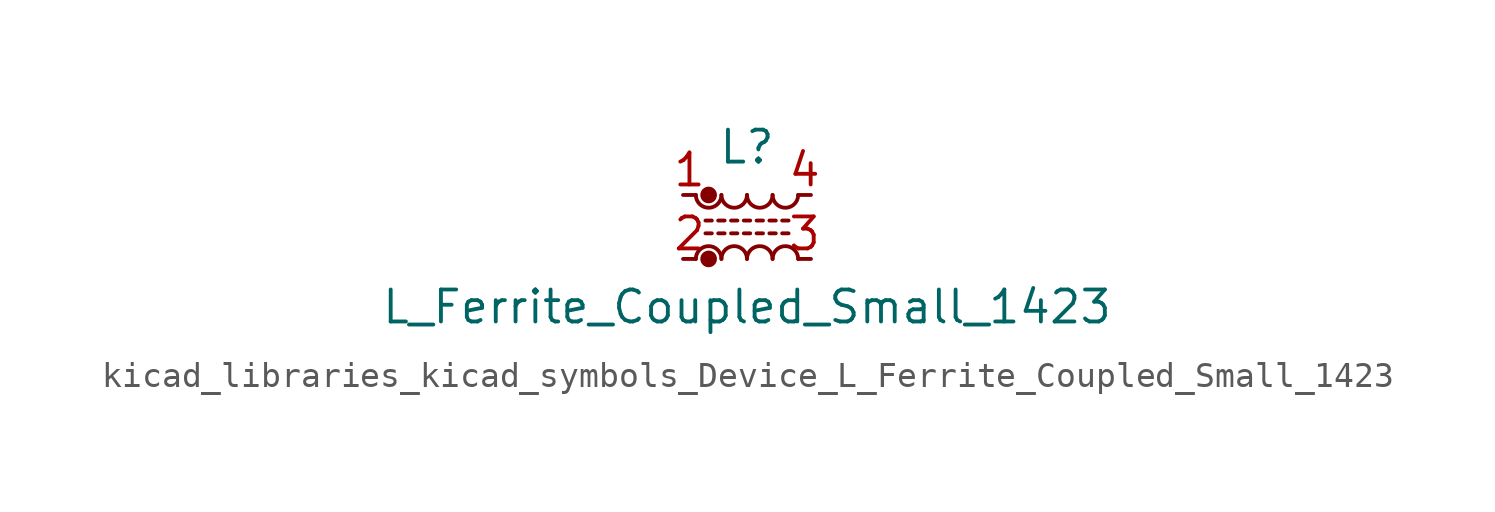
<source format=kicad_sym>
(kicad_symbol_lib
  (version 20220914)
  (generator kicad_symbol_editor)
  (symbol "kicad_libraries_kicad_symbols_Device_L_Ferrite_Coupled_Small_1423"
    (pin_names
      (offset 0.254) hide)
    (property "Reference" "L"
      (at 0 3.175 0)
      (effects (font (size 1.27 1.27))))
    (property "Value" "L_Ferrite_Coupled_Small_1423"
      (at 0 -3.175 0)
      (effects (font (size 1.27 1.27))))
    (symbol "kicad_libraries_kicad_symbols_Device_L_Ferrite_Coupled_Small_1423_0_1"
      (arc (start -2.032 1.27) (mid -1.524 0.7642) (end -1.016 1.27) (stroke (width 0) (type default)) (fill (type none)))
      (circle (center -1.524 -1.27) (radius 0.254) (stroke (width 0) (type default)) (fill (type outline)))
      (circle (center -1.524 1.27) (radius 0.254) (stroke (width 0) (type default)) (fill (type outline)))
      (arc (start -1.016 -1.27) (mid -1.524 -0.7642) (end -2.032 -1.27) (stroke (width 0) (type default)) (fill (type none)))
      (arc (start -1.016 1.27) (mid -0.508 0.7642) (end 0 1.27) (stroke (width 0) (type default)) (fill (type none)))
      (arc (start 0 -1.27) (mid -0.508 -0.7642) (end -1.016 -1.27) (stroke (width 0) (type default)) (fill (type none)))
      (polyline (pts (xy -1.651 0.254) (xy -1.397 0.254)) (stroke (width 0) (type default)) (fill (type none)))
      (polyline (pts (xy -1.397 -0.254) (xy -1.651 -0.254)) (stroke (width 0) (type default)) (fill (type none)))
      (polyline (pts (xy -1.143 0.254) (xy -0.889 0.254)) (stroke (width 0) (type default)) (fill (type none)))
      (polyline (pts (xy -0.889 -0.254) (xy -1.143 -0.254)) (stroke (width 0) (type default)) (fill (type none)))
      (polyline (pts (xy -0.635 0.254) (xy -0.381 0.254)) (stroke (width 0) (type default)) (fill (type none)))
      (polyline (pts (xy -0.381 -0.254) (xy -0.635 -0.254)) (stroke (width 0) (type default)) (fill (type none)))
      (polyline (pts (xy -0.127 0.254) (xy 0.127 0.254)) (stroke (width 0) (type default)) (fill (type none)))
      (polyline (pts (xy 0.127 -0.254) (xy -0.127 -0.254)) (stroke (width 0) (type default)) (fill (type none)))
      (polyline (pts (xy 0.381 0.254) (xy 0.635 0.254)) (stroke (width 0) (type default)) (fill (type none)))
      (polyline (pts (xy 0.635 -0.254) (xy 0.381 -0.254)) (stroke (width 0) (type default)) (fill (type none)))
      (polyline (pts (xy 0.889 0.254) (xy 1.143 0.254)) (stroke (width 0) (type default)) (fill (type none)))
      (polyline (pts (xy 1.143 -0.254) (xy 0.889 -0.254)) (stroke (width 0) (type default)) (fill (type none)))
      (polyline (pts (xy 1.397 0.254) (xy 1.651 0.254)) (stroke (width 0) (type default)) (fill (type none)))
      (polyline (pts (xy 1.651 -0.254) (xy 1.397 -0.254)) (stroke (width 0) (type default)) (fill (type none)))
      (arc (start 0 1.27) (mid 0.508 0.7642) (end 1.016 1.27) (stroke (width 0) (type default)) (fill (type none)))
      (arc (start 1.016 -1.27) (mid 0.508 -0.7642) (end 0 -1.27) (stroke (width 0) (type default)) (fill (type none)))
      (arc (start 1.016 1.27) (mid 1.524 0.7642) (end 2.032 1.27) (stroke (width 0) (type default)) (fill (type none)))
      (arc (start 2.032 -1.27) (mid 1.524 -0.7642) (end 1.016 -1.27) (stroke (width 0) (type default)) (fill (type none))))
    (symbol "kicad_libraries_kicad_symbols_Device_L_Ferrite_Coupled_Small_1423_1_1"
      (pin passive line (at -2.54 1.27 0) (length 0.508) (name "1" (effects (font (size 1.27 1.27)))) (number "1" (effects (font (size 1.27 1.27)))))
      (pin passive line (at -2.54 -1.27 0) (length 0.508) (name "2" (effects (font (size 1.27 1.27)))) (number "2" (effects (font (size 1.27 1.27)))))
      (pin passive line (at 2.54 -1.27 180) (length 0.508) (name "3" (effects (font (size 1.27 1.27)))) (number "3" (effects (font (size 1.27 1.27)))))
      (pin passive line (at 2.54 1.27 180) (length 0.508) (name "4" (effects (font (size 1.27 1.27)))) (number "4" (effects (font (size 1.27 1.27))))))))
</source>
